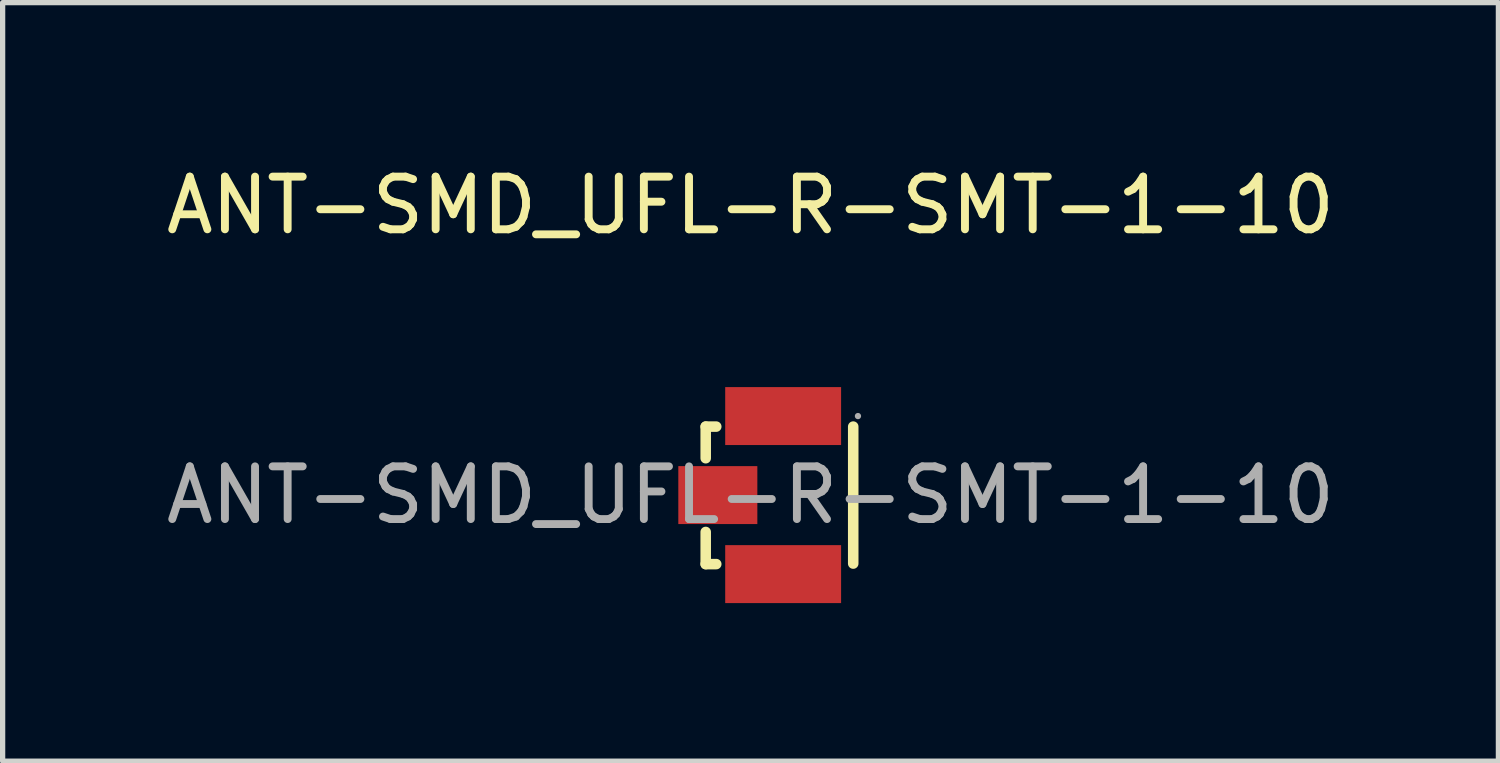
<source format=kicad_pcb>
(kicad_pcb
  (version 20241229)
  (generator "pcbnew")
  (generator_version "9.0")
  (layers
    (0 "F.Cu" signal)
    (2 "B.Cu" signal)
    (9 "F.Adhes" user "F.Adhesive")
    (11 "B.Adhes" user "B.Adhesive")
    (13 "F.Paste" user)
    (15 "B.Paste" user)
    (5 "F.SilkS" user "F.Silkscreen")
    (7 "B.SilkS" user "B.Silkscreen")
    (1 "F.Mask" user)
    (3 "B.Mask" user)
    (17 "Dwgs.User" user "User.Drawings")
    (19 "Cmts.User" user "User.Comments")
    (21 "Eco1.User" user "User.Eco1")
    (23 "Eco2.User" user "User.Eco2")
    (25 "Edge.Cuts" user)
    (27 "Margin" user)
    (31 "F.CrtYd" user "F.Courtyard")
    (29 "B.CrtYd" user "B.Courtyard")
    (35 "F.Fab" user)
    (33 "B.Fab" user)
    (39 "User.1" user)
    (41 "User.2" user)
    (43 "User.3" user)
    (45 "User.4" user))
  (footprint "ANT-SMD_UFL-R-SMT-1-10"
    (layer "F.Cu")
    (at 11.196 6.348)
    (property "Reference" "ANT-SMD_UFL-R-SMT-1-10" (at 0 -5.5 0) (layer "F.SilkS") (effects (font (size 1 1) (thickness 0.15))))
    (attr smd)
    (fp_line (start -0.85 -1.3) (end -0.65 -1.3) (stroke (width 0.2) (type solid)) (layer "F.SilkS"))
    (fp_line (start -0.85 -0.7) (end -0.85 -1.3) (stroke (width 0.2) (type solid)) (layer "F.SilkS"))
    (fp_line (start -0.85 1.31) (end -0.85 0.7) (stroke (width 0.2) (type solid)) (layer "F.SilkS"))
    (fp_line (start -0.65 1.31) (end -0.85 1.31) (stroke (width 0.2) (type solid)) (layer "F.SilkS"))
    (fp_line (start 1.95 -1.3) (end 1.95 1.3) (stroke (width 0.2) (type solid)) (layer "F.SilkS"))
    (fp_circle (center 2.04 -1.5) (end 2.07 -1.5) (stroke (width 0.06) (type solid)) (fill no) (layer "F.Fab"))
    (fp_text user "${REFERENCE}" (at 0 0 0) (layer "F.Fab") (effects (font (size 1 1) (thickness 0.15))))
    (pad "1" smd rect (at 0.62 -1.5 270) (size 1.1 2.2) (layers "F.Cu" "F.Mask" "F.Paste"))
    (pad "2" smd rect (at -0.62 0) (size 1.5 1.1) (layers "F.Cu" "F.Mask" "F.Paste"))
    (pad "3" smd rect (at 0.62 1.5 270) (size 1.1 2.2) (layers "F.Cu" "F.Mask" "F.Paste")))
  (gr_rect
    (start -3 -3)
    (end 25.393 11.398)
    (stroke (width 0.1) (type default))
    (fill no)
    (layer "Edge.Cuts")))
</source>
